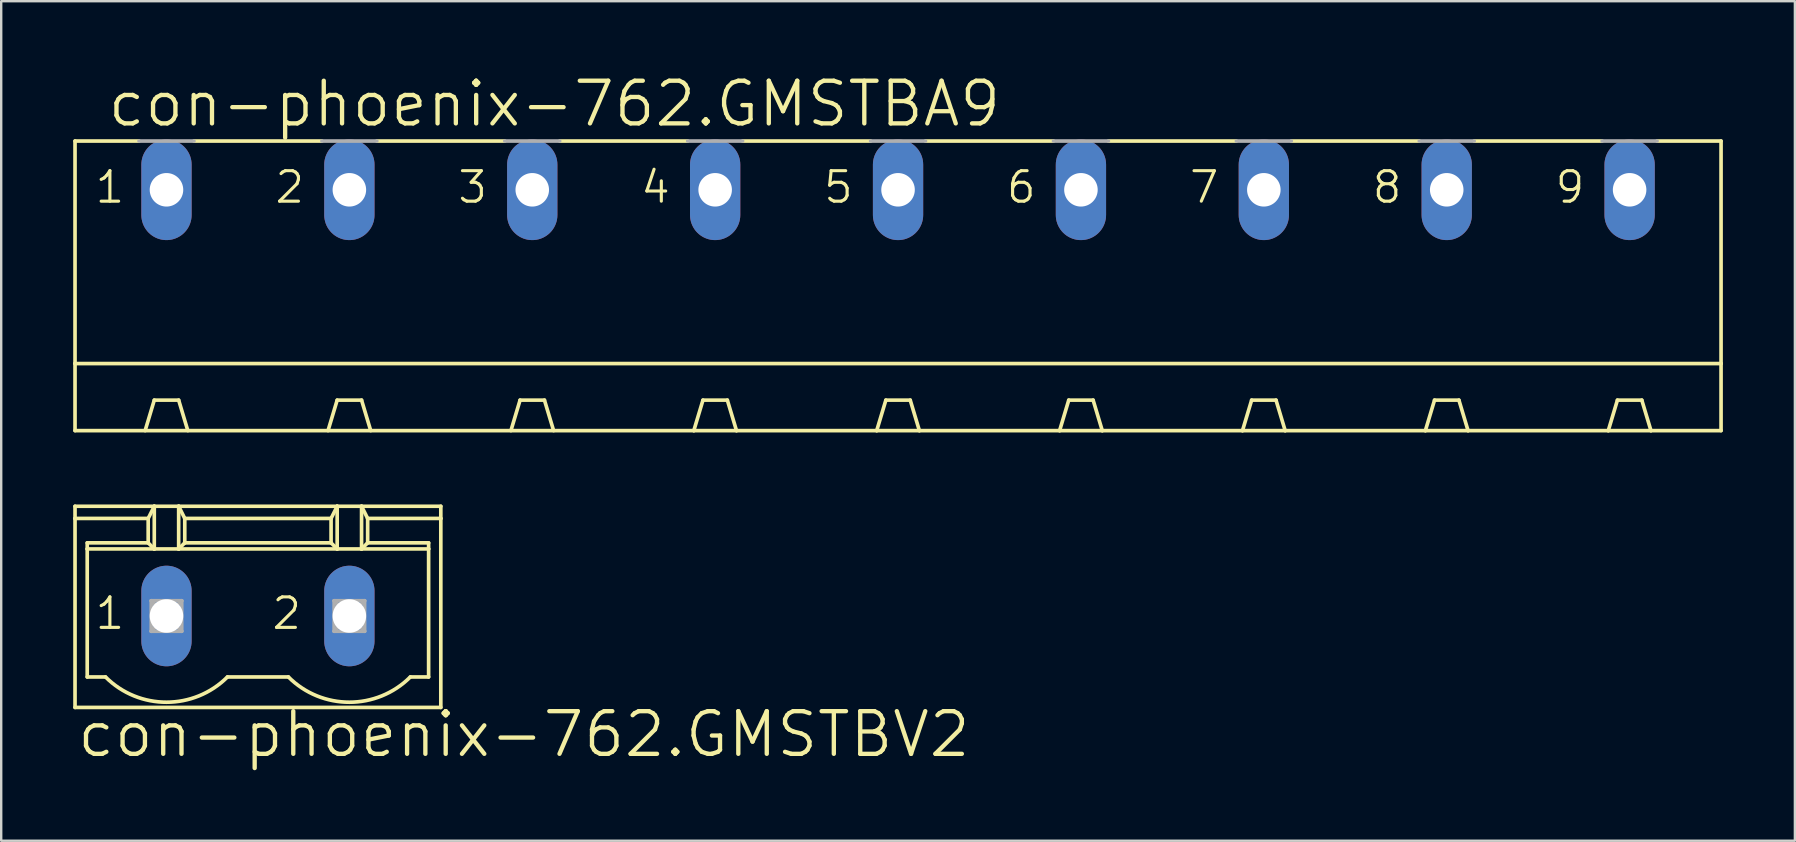
<source format=kicad_pcb>
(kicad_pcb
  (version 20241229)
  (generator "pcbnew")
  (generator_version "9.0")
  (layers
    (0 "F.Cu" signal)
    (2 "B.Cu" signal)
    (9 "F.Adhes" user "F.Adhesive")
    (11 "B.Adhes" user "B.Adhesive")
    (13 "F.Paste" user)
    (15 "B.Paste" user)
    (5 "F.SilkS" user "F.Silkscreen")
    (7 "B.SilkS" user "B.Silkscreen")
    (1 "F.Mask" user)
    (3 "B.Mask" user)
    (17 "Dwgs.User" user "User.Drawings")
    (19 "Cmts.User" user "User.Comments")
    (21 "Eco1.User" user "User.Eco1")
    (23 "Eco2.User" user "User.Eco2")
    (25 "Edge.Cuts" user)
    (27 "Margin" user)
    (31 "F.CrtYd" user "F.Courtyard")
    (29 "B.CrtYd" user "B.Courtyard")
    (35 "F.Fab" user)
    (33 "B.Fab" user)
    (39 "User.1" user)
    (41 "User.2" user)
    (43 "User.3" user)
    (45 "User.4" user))
  (footprint "con-phoenix-762.GMSTBV2"
    (layer "F.Cu")
    (at 7.696 22.615)
    (property "Reference" "con-phoenix-762.GMSTBV2" (at -7.62 5.969 0) (layer "F.SilkS") (effects (font (size 1.778 1.778) (thickness 0.18)) (justify left bottom)))
    (attr through_hole)
    (fp_line (start -7.62 -4.572) (end -4.318 -4.572) (stroke (width 0.152) (type default)) (layer "F.SilkS"))
    (fp_line (start -7.62 -4.064) (end -7.62 -4.572) (stroke (width 0.152) (type default)) (layer "F.SilkS"))
    (fp_line (start -7.62 -4.064) (end -4.572 -4.064) (stroke (width 0.152) (type default)) (layer "F.SilkS"))
    (fp_line (start -7.62 3.81) (end -7.62 -4.064) (stroke (width 0.152) (type default)) (layer "F.SilkS"))
    (fp_line (start -7.112 -3.048) (end -4.572 -3.048) (stroke (width 0.152) (type default)) (layer "F.SilkS"))
    (fp_line (start -7.112 -2.794) (end -7.112 -3.048) (stroke (width 0.152) (type default)) (layer "F.SilkS"))
    (fp_line (start -7.112 -2.794) (end -4.318 -2.794) (stroke (width 0.152) (type default)) (layer "F.SilkS"))
    (fp_line (start -7.112 2.54) (end -7.112 -2.794) (stroke (width 0.152) (type default)) (layer "F.SilkS"))
    (fp_line (start -6.35 2.54) (end -7.112 2.54) (stroke (width 0.152) (type default)) (layer "F.SilkS"))
    (fp_line (start -4.572 -4.064) (end -4.318 -4.572) (stroke (width 0.152) (type default)) (layer "F.SilkS"))
    (fp_line (start -4.572 -3.048) (end -4.572 -4.064) (stroke (width 0.152) (type default)) (layer "F.SilkS"))
    (fp_line (start -4.572 -3.048) (end -4.318 -2.794) (stroke (width 0.152) (type default)) (layer "F.SilkS"))
    (fp_line (start -4.318 -4.572) (end -3.302 -4.572) (stroke (width 0.152) (type default)) (layer "F.SilkS"))
    (fp_line (start -4.318 -2.794) (end -4.318 -4.572) (stroke (width 0.152) (type default)) (layer "F.SilkS"))
    (fp_line (start -4.318 -2.794) (end -3.302 -2.794) (stroke (width 0.152) (type default)) (layer "F.SilkS"))
    (fp_line (start -3.302 -4.572) (end -3.048 -4.064) (stroke (width 0.152) (type default)) (layer "F.SilkS"))
    (fp_line (start -3.302 -4.572) (end 3.302 -4.572) (stroke (width 0.152) (type default)) (layer "F.SilkS"))
    (fp_line (start -3.302 -2.794) (end -3.302 -4.572) (stroke (width 0.152) (type default)) (layer "F.SilkS"))
    (fp_line (start -3.302 -2.794) (end 3.302 -2.794) (stroke (width 0.152) (type default)) (layer "F.SilkS"))
    (fp_line (start -3.048 -4.064) (end -3.048 -3.048) (stroke (width 0.152) (type default)) (layer "F.SilkS"))
    (fp_line (start -3.048 -4.064) (end 3.048 -4.064) (stroke (width 0.152) (type default)) (layer "F.SilkS"))
    (fp_line (start -3.048 -3.048) (end -3.302 -2.794) (stroke (width 0.152) (type default)) (layer "F.SilkS"))
    (fp_line (start 1.27 2.54) (end -1.27 2.54) (stroke (width 0.152) (type default)) (layer "F.SilkS"))
    (fp_line (start 3.048 -4.064) (end 3.048 -3.048) (stroke (width 0.152) (type default)) (layer "F.SilkS"))
    (fp_line (start 3.048 -4.064) (end 3.302 -4.572) (stroke (width 0.152) (type default)) (layer "F.SilkS"))
    (fp_line (start 3.048 -3.048) (end -3.048 -3.048) (stroke (width 0.152) (type default)) (layer "F.SilkS"))
    (fp_line (start 3.048 -3.048) (end 3.302 -2.794) (stroke (width 0.152) (type default)) (layer "F.SilkS"))
    (fp_line (start 3.302 -4.572) (end 4.318 -4.572) (stroke (width 0.152) (type default)) (layer "F.SilkS"))
    (fp_line (start 3.302 -2.794) (end 3.302 -4.572) (stroke (width 0.152) (type default)) (layer "F.SilkS"))
    (fp_line (start 3.302 -2.794) (end 4.318 -2.794) (stroke (width 0.152) (type default)) (layer "F.SilkS"))
    (fp_line (start 4.318 -4.572) (end 4.572 -4.064) (stroke (width 0.152) (type default)) (layer "F.SilkS"))
    (fp_line (start 4.318 -4.572) (end 7.62 -4.572) (stroke (width 0.152) (type default)) (layer "F.SilkS"))
    (fp_line (start 4.318 -2.794) (end 4.318 -4.572) (stroke (width 0.152) (type default)) (layer "F.SilkS"))
    (fp_line (start 4.318 -2.794) (end 7.112 -2.794) (stroke (width 0.152) (type default)) (layer "F.SilkS"))
    (fp_line (start 4.572 -4.064) (end 4.572 -3.048) (stroke (width 0.152) (type default)) (layer "F.SilkS"))
    (fp_line (start 4.572 -4.064) (end 7.62 -4.064) (stroke (width 0.152) (type default)) (layer "F.SilkS"))
    (fp_line (start 4.572 -3.048) (end 4.318 -2.794) (stroke (width 0.152) (type default)) (layer "F.SilkS"))
    (fp_line (start 4.572 -3.048) (end 7.112 -3.048) (stroke (width 0.152) (type default)) (layer "F.SilkS"))
    (fp_line (start 7.112 -3.048) (end 7.112 -2.794) (stroke (width 0.152) (type default)) (layer "F.SilkS"))
    (fp_line (start 7.112 -2.794) (end 7.112 2.54) (stroke (width 0.152) (type default)) (layer "F.SilkS"))
    (fp_line (start 7.112 2.54) (end 6.35 2.54) (stroke (width 0.152) (type default)) (layer "F.SilkS"))
    (fp_line (start 7.62 -4.064) (end 7.62 -4.572) (stroke (width 0.152) (type default)) (layer "F.SilkS"))
    (fp_line (start 7.62 3.81) (end -7.62 3.81) (stroke (width 0.152) (type default)) (layer "F.SilkS"))
    (fp_line (start 7.62 3.81) (end 7.62 -4.064) (stroke (width 0.152) (type default)) (layer "F.SilkS"))
    (fp_arc (start -1.27 2.54) (mid -3.81 3.592102) (end -6.35 2.54) (stroke (width 0.1524) (type default)) (layer "F.SilkS"))
    (fp_arc (start 6.35 2.54) (mid 3.81 3.592102) (end 1.27 2.54) (stroke (width 0.1524) (type default)) (layer "F.SilkS"))
    (fp_line (start -4.445 -0.635) (end -4.445 0.635) (stroke (width 0.152) (type default)) (layer "F.Fab"))
    (fp_line (start -4.445 -0.635) (end -3.175 0.635) (stroke (width 0.152) (type default)) (layer "F.Fab"))
    (fp_line (start -4.445 0.635) (end -3.175 -0.635) (stroke (width 0.152) (type default)) (layer "F.Fab"))
    (fp_line (start -4.445 0.635) (end -3.175 0.635) (stroke (width 0.152) (type default)) (layer "F.Fab"))
    (fp_line (start -3.175 -0.635) (end -4.445 -0.635) (stroke (width 0.152) (type default)) (layer "F.Fab"))
    (fp_line (start -3.175 0.635) (end -3.175 -0.635) (stroke (width 0.152) (type default)) (layer "F.Fab"))
    (fp_line (start 3.175 -0.635) (end 3.175 0.635) (stroke (width 0.152) (type default)) (layer "F.Fab"))
    (fp_line (start 3.175 -0.635) (end 4.445 0.635) (stroke (width 0.152) (type default)) (layer "F.Fab"))
    (fp_line (start 3.175 0.635) (end 4.445 -0.635) (stroke (width 0.152) (type default)) (layer "F.Fab"))
    (fp_line (start 3.175 0.635) (end 4.445 0.635) (stroke (width 0.152) (type default)) (layer "F.Fab"))
    (fp_line (start 4.445 -0.635) (end 3.175 -0.635) (stroke (width 0.152) (type default)) (layer "F.Fab"))
    (fp_line (start 4.445 0.635) (end 4.445 -0.635) (stroke (width 0.152) (type default)) (layer "F.Fab"))
    (fp_text user "1" (at -6.858 0.635 0) (layer "F.SilkS") (effects (font (size 1.27 1.27) (thickness 0.13)) (justify left bottom)))
    (fp_text user "2" (at 0.508 0.635 0) (layer "F.SilkS") (effects (font (size 1.27 1.27) (thickness 0.13)) (justify left bottom)))
    (pad "1" thru_hole oval (at -3.81 0 90) (size 4.191 2.095) (drill 1.397) (layers "*.Cu" "*.Mask"))
    (pad "2" thru_hole oval (at 3.81 0 90) (size 4.191 2.095) (drill 1.397) (layers "*.Cu" "*.Mask")))
  (footprint "con-phoenix-762.GMSTBA9"
    (layer "F.Cu")
    (at 34.366 9.938)
    (property "Reference" "con-phoenix-762.GMSTBA9" (at -33.02 -7.62 0) (layer "F.SilkS") (effects (font (size 1.778 1.778) (thickness 0.18)) (justify left bottom)))
    (attr through_hole)
    (fp_line (start -34.29 -7.112) (end -34.29 2.159) (stroke (width 0.152) (type default)) (layer "F.SilkS"))
    (fp_line (start -34.29 -7.112) (end -31.623 -7.112) (stroke (width 0.152) (type default)) (layer "F.SilkS"))
    (fp_line (start -34.29 2.159) (end -34.29 4.953) (stroke (width 0.152) (type default)) (layer "F.SilkS"))
    (fp_line (start -34.29 2.159) (end 34.29 2.159) (stroke (width 0.152) (type default)) (layer "F.SilkS"))
    (fp_line (start -31.369 4.953) (end -30.988 3.683) (stroke (width 0.152) (type default)) (layer "F.SilkS"))
    (fp_line (start -29.972 3.683) (end -30.988 3.683) (stroke (width 0.152) (type default)) (layer "F.SilkS"))
    (fp_line (start -29.591 4.953) (end -29.972 3.683) (stroke (width 0.152) (type default)) (layer "F.SilkS"))
    (fp_line (start -29.337 -7.112) (end -24.003 -7.112) (stroke (width 0.152) (type default)) (layer "F.SilkS"))
    (fp_line (start -23.749 4.953) (end -23.368 3.683) (stroke (width 0.152) (type default)) (layer "F.SilkS"))
    (fp_line (start -23.368 3.683) (end -22.352 3.683) (stroke (width 0.152) (type default)) (layer "F.SilkS"))
    (fp_line (start -21.971 4.953) (end -22.352 3.683) (stroke (width 0.152) (type default)) (layer "F.SilkS"))
    (fp_line (start -21.717 -7.112) (end -16.383 -7.112) (stroke (width 0.152) (type default)) (layer "F.SilkS"))
    (fp_line (start -16.129 4.953) (end -15.748 3.683) (stroke (width 0.152) (type default)) (layer "F.SilkS"))
    (fp_line (start -15.748 3.683) (end -14.732 3.683) (stroke (width 0.152) (type default)) (layer "F.SilkS"))
    (fp_line (start -14.351 4.953) (end -14.732 3.683) (stroke (width 0.152) (type default)) (layer "F.SilkS"))
    (fp_line (start -14.097 -7.112) (end -8.763 -7.112) (stroke (width 0.152) (type default)) (layer "F.SilkS"))
    (fp_line (start -8.509 4.953) (end -34.29 4.953) (stroke (width 0.152) (type default)) (layer "F.SilkS"))
    (fp_line (start -8.509 4.953) (end -8.128 3.683) (stroke (width 0.152) (type default)) (layer "F.SilkS"))
    (fp_line (start -8.128 3.683) (end -7.112 3.683) (stroke (width 0.152) (type default)) (layer "F.SilkS"))
    (fp_line (start -6.731 4.953) (end -8.509 4.953) (stroke (width 0.152) (type default)) (layer "F.SilkS"))
    (fp_line (start -6.731 4.953) (end -7.112 3.683) (stroke (width 0.152) (type default)) (layer "F.SilkS"))
    (fp_line (start -6.477 -7.112) (end -1.143 -7.112) (stroke (width 0.152) (type default)) (layer "F.SilkS"))
    (fp_line (start -0.889 4.953) (end -6.731 4.953) (stroke (width 0.152) (type default)) (layer "F.SilkS"))
    (fp_line (start -0.889 4.953) (end -0.508 3.683) (stroke (width 0.152) (type default)) (layer "F.SilkS"))
    (fp_line (start -0.508 3.683) (end 0.508 3.683) (stroke (width 0.152) (type default)) (layer "F.SilkS"))
    (fp_line (start 0.889 4.953) (end -0.889 4.953) (stroke (width 0.152) (type default)) (layer "F.SilkS"))
    (fp_line (start 0.889 4.953) (end 0.508 3.683) (stroke (width 0.152) (type default)) (layer "F.SilkS"))
    (fp_line (start 1.143 -7.112) (end 6.477 -7.112) (stroke (width 0.152) (type default)) (layer "F.SilkS"))
    (fp_line (start 6.731 4.953) (end 0.889 4.953) (stroke (width 0.152) (type default)) (layer "F.SilkS"))
    (fp_line (start 6.731 4.953) (end 7.112 3.683) (stroke (width 0.152) (type default)) (layer "F.SilkS"))
    (fp_line (start 7.112 3.683) (end 8.128 3.683) (stroke (width 0.152) (type default)) (layer "F.SilkS"))
    (fp_line (start 8.509 4.953) (end 6.731 4.953) (stroke (width 0.152) (type default)) (layer "F.SilkS"))
    (fp_line (start 8.509 4.953) (end 8.128 3.683) (stroke (width 0.152) (type default)) (layer "F.SilkS"))
    (fp_line (start 8.763 -7.112) (end 14.097 -7.112) (stroke (width 0.152) (type default)) (layer "F.SilkS"))
    (fp_line (start 14.351 4.953) (end 8.509 4.953) (stroke (width 0.152) (type default)) (layer "F.SilkS"))
    (fp_line (start 14.351 4.953) (end 14.732 3.683) (stroke (width 0.152) (type default)) (layer "F.SilkS"))
    (fp_line (start 14.732 3.683) (end 15.748 3.683) (stroke (width 0.152) (type default)) (layer "F.SilkS"))
    (fp_line (start 16.129 4.953) (end 14.351 4.953) (stroke (width 0.152) (type default)) (layer "F.SilkS"))
    (fp_line (start 16.129 4.953) (end 15.748 3.683) (stroke (width 0.152) (type default)) (layer "F.SilkS"))
    (fp_line (start 16.383 -7.112) (end 21.717 -7.112) (stroke (width 0.152) (type default)) (layer "F.SilkS"))
    (fp_line (start 21.971 4.953) (end 16.129 4.953) (stroke (width 0.152) (type default)) (layer "F.SilkS"))
    (fp_line (start 21.971 4.953) (end 22.352 3.683) (stroke (width 0.152) (type default)) (layer "F.SilkS"))
    (fp_line (start 22.352 3.683) (end 23.368 3.683) (stroke (width 0.152) (type default)) (layer "F.SilkS"))
    (fp_line (start 23.749 4.953) (end 21.971 4.953) (stroke (width 0.152) (type default)) (layer "F.SilkS"))
    (fp_line (start 23.749 4.953) (end 23.368 3.683) (stroke (width 0.152) (type default)) (layer "F.SilkS"))
    (fp_line (start 24.003 -7.112) (end 29.337 -7.112) (stroke (width 0.152) (type default)) (layer "F.SilkS"))
    (fp_line (start 29.591 4.953) (end 23.749 4.953) (stroke (width 0.152) (type default)) (layer "F.SilkS"))
    (fp_line (start 29.591 4.953) (end 29.972 3.683) (stroke (width 0.152) (type default)) (layer "F.SilkS"))
    (fp_line (start 29.972 3.683) (end 30.988 3.683) (stroke (width 0.152) (type default)) (layer "F.SilkS"))
    (fp_line (start 31.369 4.953) (end 29.591 4.953) (stroke (width 0.152) (type default)) (layer "F.SilkS"))
    (fp_line (start 31.369 4.953) (end 30.988 3.683) (stroke (width 0.152) (type default)) (layer "F.SilkS"))
    (fp_line (start 31.623 -7.112) (end 34.29 -7.112) (stroke (width 0.152) (type default)) (layer "F.SilkS"))
    (fp_line (start 34.29 -7.112) (end 34.29 2.159) (stroke (width 0.152) (type default)) (layer "F.SilkS"))
    (fp_line (start 34.29 2.159) (end 34.29 4.953) (stroke (width 0.152) (type default)) (layer "F.SilkS"))
    (fp_line (start 34.29 4.953) (end 31.369 4.953) (stroke (width 0.152) (type default)) (layer "F.SilkS"))
    (fp_line (start -31.623 -7.112) (end -29.337 -7.112) (stroke (width 0.152) (type default)) (layer "F.Fab"))
    (fp_line (start -24.003 -7.112) (end -21.717 -7.112) (stroke (width 0.152) (type default)) (layer "F.Fab"))
    (fp_line (start -16.383 -7.112) (end -14.097 -7.112) (stroke (width 0.152) (type default)) (layer "F.Fab"))
    (fp_line (start -8.763 -7.112) (end -6.477 -7.112) (stroke (width 0.152) (type default)) (layer "F.Fab"))
    (fp_line (start -1.143 -7.112) (end 1.143 -7.112) (stroke (width 0.152) (type default)) (layer "F.Fab"))
    (fp_line (start 6.477 -7.112) (end 8.763 -7.112) (stroke (width 0.152) (type default)) (layer "F.Fab"))
    (fp_line (start 14.097 -7.112) (end 16.383 -7.112) (stroke (width 0.152) (type default)) (layer "F.Fab"))
    (fp_line (start 21.717 -7.112) (end 24.003 -7.112) (stroke (width 0.152) (type default)) (layer "F.Fab"))
    (fp_line (start 29.337 -7.112) (end 31.623 -7.112) (stroke (width 0.152) (type default)) (layer "F.Fab"))
    (fp_text user "4" (at -10.795 -4.445 0) (layer "F.SilkS") (effects (font (size 1.27 1.27) (thickness 0.13)) (justify left bottom)))
    (fp_text user "9" (at 27.305 -4.445 0) (layer "F.SilkS") (effects (font (size 1.27 1.27) (thickness 0.13)) (justify left bottom)))
    (fp_text user "3" (at -18.415 -4.445 0) (layer "F.SilkS") (effects (font (size 1.27 1.27) (thickness 0.13)) (justify left bottom)))
    (fp_text user "7" (at 12.065 -4.445 0) (layer "F.SilkS") (effects (font (size 1.27 1.27) (thickness 0.13)) (justify left bottom)))
    (fp_text user "6" (at 4.445 -4.445 0) (layer "F.SilkS") (effects (font (size 1.27 1.27) (thickness 0.13)) (justify left bottom)))
    (fp_text user "1" (at -33.528 -4.445 0) (layer "F.SilkS") (effects (font (size 1.27 1.27) (thickness 0.13)) (justify left bottom)))
    (fp_text user "5" (at -3.175 -4.445 0) (layer "F.SilkS") (effects (font (size 1.27 1.27) (thickness 0.13)) (justify left bottom)))
    (fp_text user "2" (at -26.035 -4.445 0) (layer "F.SilkS") (effects (font (size 1.27 1.27) (thickness 0.13)) (justify left bottom)))
    (fp_text user "8" (at 19.685 -4.445 0) (layer "F.SilkS") (effects (font (size 1.27 1.27) (thickness 0.13)) (justify left bottom)))
    (pad "1" thru_hole oval (at -30.48 -5.08 90) (size 4.191 2.095) (drill 1.397) (layers "*.Cu" "*.Mask"))
    (pad "2" thru_hole oval (at -22.86 -5.08 90) (size 4.191 2.095) (drill 1.397) (layers "*.Cu" "*.Mask"))
    (pad "3" thru_hole oval (at -15.24 -5.08 90) (size 4.191 2.095) (drill 1.397) (layers "*.Cu" "*.Mask"))
    (pad "4" thru_hole oval (at -7.62 -5.08 90) (size 4.191 2.095) (drill 1.397) (layers "*.Cu" "*.Mask"))
    (pad "5" thru_hole oval (at 0 -5.08 90) (size 4.191 2.095) (drill 1.397) (layers "*.Cu" "*.Mask"))
    (pad "6" thru_hole oval (at 7.62 -5.08 90) (size 4.191 2.095) (drill 1.397) (layers "*.Cu" "*.Mask"))
    (pad "7" thru_hole oval (at 15.24 -5.08 90) (size 4.191 2.095) (drill 1.397) (layers "*.Cu" "*.Mask"))
    (pad "8" thru_hole oval (at 22.86 -5.08 90) (size 4.191 2.095) (drill 1.397) (layers "*.Cu" "*.Mask"))
    (pad "9" thru_hole oval (at 30.48 -5.08 90) (size 4.191 2.095) (drill 1.397) (layers "*.Cu" "*.Mask")))
  (gr_rect
    (start -3 -3)
    (end 71.732 31.978)
    (stroke (width 0.1) (type default))
    (fill no)
    (layer "Edge.Cuts")))
</source>
